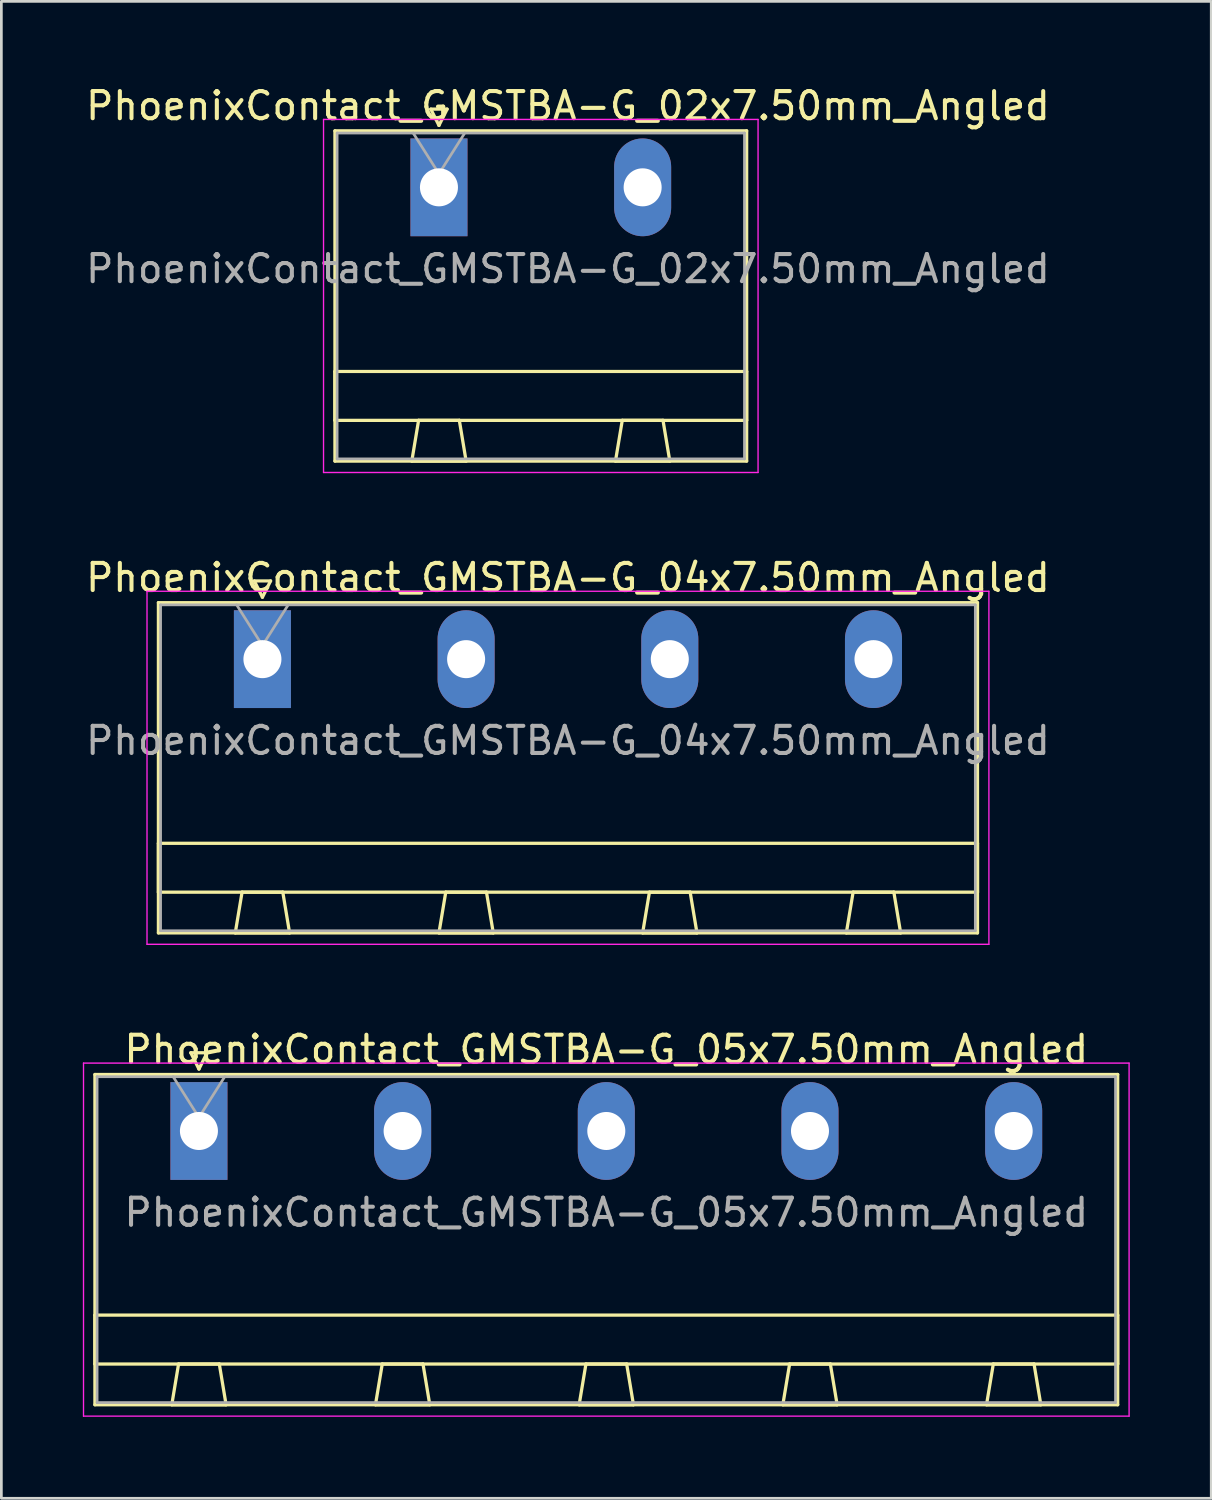
<source format=kicad_pcb>
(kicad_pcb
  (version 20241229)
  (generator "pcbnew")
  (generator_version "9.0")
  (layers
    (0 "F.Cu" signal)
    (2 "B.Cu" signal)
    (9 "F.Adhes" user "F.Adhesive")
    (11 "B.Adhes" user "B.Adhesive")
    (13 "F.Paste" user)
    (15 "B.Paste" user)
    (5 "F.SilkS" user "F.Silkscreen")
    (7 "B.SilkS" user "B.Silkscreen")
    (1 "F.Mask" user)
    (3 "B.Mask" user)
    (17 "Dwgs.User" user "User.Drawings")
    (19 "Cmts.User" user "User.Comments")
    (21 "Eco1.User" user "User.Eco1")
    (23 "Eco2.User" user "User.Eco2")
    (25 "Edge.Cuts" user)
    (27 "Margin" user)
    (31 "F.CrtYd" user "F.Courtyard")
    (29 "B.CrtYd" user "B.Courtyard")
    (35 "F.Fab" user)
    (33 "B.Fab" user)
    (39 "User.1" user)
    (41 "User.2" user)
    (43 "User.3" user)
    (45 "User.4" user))
  (footprint "PhoenixContact_GMSTBA-G_05x7.50mm_Angled"
    (layer "F.Cu")
    (at 4.275 38.595)
    (property "Reference" "PhoenixContact_GMSTBA-G_05x7.50mm_Angled" (at 15 -3 0) (layer "F.SilkS") (effects (font (size 1 1) (thickness 0.15))))
    (attr through_hole)
    (fp_line (start -3.83 -2.08) (end -3.83 10.08) (stroke (width 0.12) (type solid)) (layer "F.SilkS"))
    (fp_line (start -3.83 6.78) (end 33.83 6.78) (stroke (width 0.12) (type solid)) (layer "F.SilkS"))
    (fp_line (start -3.83 8.58) (end -3.83 6.78) (stroke (width 0.12) (type solid)) (layer "F.SilkS"))
    (fp_line (start -3.83 10.08) (end 33.83 10.08) (stroke (width 0.12) (type solid)) (layer "F.SilkS"))
    (fp_line (start -1 10.08) (end 1 10.08) (stroke (width 0.12) (type solid)) (layer "F.SilkS"))
    (fp_line (start -0.75 8.58) (end -1 10.08) (stroke (width 0.12) (type solid)) (layer "F.SilkS"))
    (fp_line (start -0.3 -2.88) (end 0.3 -2.88) (stroke (width 0.12) (type solid)) (layer "F.SilkS"))
    (fp_line (start 0 -2.28) (end -0.3 -2.88) (stroke (width 0.12) (type solid)) (layer "F.SilkS"))
    (fp_line (start 0.3 -2.88) (end 0 -2.28) (stroke (width 0.12) (type solid)) (layer "F.SilkS"))
    (fp_line (start 0.75 8.58) (end -0.75 8.58) (stroke (width 0.12) (type solid)) (layer "F.SilkS"))
    (fp_line (start 1 10.08) (end 0.75 8.58) (stroke (width 0.12) (type solid)) (layer "F.SilkS"))
    (fp_line (start 6.5 10.08) (end 8.5 10.08) (stroke (width 0.12) (type solid)) (layer "F.SilkS"))
    (fp_line (start 6.75 8.58) (end 6.5 10.08) (stroke (width 0.12) (type solid)) (layer "F.SilkS"))
    (fp_line (start 8.25 8.58) (end 6.75 8.58) (stroke (width 0.12) (type solid)) (layer "F.SilkS"))
    (fp_line (start 8.5 10.08) (end 8.25 8.58) (stroke (width 0.12) (type solid)) (layer "F.SilkS"))
    (fp_line (start 14 10.08) (end 16 10.08) (stroke (width 0.12) (type solid)) (layer "F.SilkS"))
    (fp_line (start 14.25 8.58) (end 14 10.08) (stroke (width 0.12) (type solid)) (layer "F.SilkS"))
    (fp_line (start 15.75 8.58) (end 14.25 8.58) (stroke (width 0.12) (type solid)) (layer "F.SilkS"))
    (fp_line (start 16 10.08) (end 15.75 8.58) (stroke (width 0.12) (type solid)) (layer "F.SilkS"))
    (fp_line (start 21.5 10.08) (end 23.5 10.08) (stroke (width 0.12) (type solid)) (layer "F.SilkS"))
    (fp_line (start 21.75 8.58) (end 21.5 10.08) (stroke (width 0.12) (type solid)) (layer "F.SilkS"))
    (fp_line (start 23.25 8.58) (end 21.75 8.58) (stroke (width 0.12) (type solid)) (layer "F.SilkS"))
    (fp_line (start 23.5 10.08) (end 23.25 8.58) (stroke (width 0.12) (type solid)) (layer "F.SilkS"))
    (fp_line (start 29 10.08) (end 31 10.08) (stroke (width 0.12) (type solid)) (layer "F.SilkS"))
    (fp_line (start 29.25 8.58) (end 29 10.08) (stroke (width 0.12) (type solid)) (layer "F.SilkS"))
    (fp_line (start 30.75 8.58) (end 29.25 8.58) (stroke (width 0.12) (type solid)) (layer "F.SilkS"))
    (fp_line (start 31 10.08) (end 30.75 8.58) (stroke (width 0.12) (type solid)) (layer "F.SilkS"))
    (fp_line (start 33.83 -2.08) (end -3.83 -2.08) (stroke (width 0.12) (type solid)) (layer "F.SilkS"))
    (fp_line (start 33.83 6.78) (end 33.83 8.58) (stroke (width 0.12) (type solid)) (layer "F.SilkS"))
    (fp_line (start 33.83 8.58) (end -3.83 8.58) (stroke (width 0.12) (type solid)) (layer "F.SilkS"))
    (fp_line (start 33.83 10.08) (end 33.83 -2.08) (stroke (width 0.12) (type solid)) (layer "F.SilkS"))
    (fp_line (start -4.25 -2.5) (end -4.25 10.5) (stroke (width 0.05) (type solid)) (layer "F.CrtYd"))
    (fp_line (start -4.25 10.5) (end 34.25 10.5) (stroke (width 0.05) (type solid)) (layer "F.CrtYd"))
    (fp_line (start 34.25 -2.5) (end -4.25 -2.5) (stroke (width 0.05) (type solid)) (layer "F.CrtYd"))
    (fp_line (start 34.25 10.5) (end 34.25 -2.5) (stroke (width 0.05) (type solid)) (layer "F.CrtYd"))
    (fp_line (start -3.75 -2) (end -3.75 10) (stroke (width 0.1) (type solid)) (layer "F.Fab"))
    (fp_line (start -3.75 10) (end 33.75 10) (stroke (width 0.1) (type solid)) (layer "F.Fab"))
    (fp_line (start 0 -0.5) (end -0.95 -2) (stroke (width 0.1) (type solid)) (layer "F.Fab"))
    (fp_line (start 0.95 -2) (end 0 -0.5) (stroke (width 0.1) (type solid)) (layer "F.Fab"))
    (fp_line (start 33.75 -2) (end -3.75 -2) (stroke (width 0.1) (type solid)) (layer "F.Fab"))
    (fp_line (start 33.75 10) (end 33.75 -2) (stroke (width 0.1) (type solid)) (layer "F.Fab"))
    (fp_text user "${REFERENCE}" (at 15 3 0) (layer "F.Fab") (effects (font (size 1 1) (thickness 0.15))))
    (pad "1" thru_hole rect (at 0 0) (size 2.1 3.6) (drill 1.4) (layers "*.Cu" "*.Mask"))
    (pad "2" thru_hole oval (at 7.5 0) (size 2.1 3.6) (drill 1.4) (layers "*.Cu" "*.Mask"))
    (pad "3" thru_hole oval (at 15 0) (size 2.1 3.6) (drill 1.4) (layers "*.Cu" "*.Mask"))
    (pad "4" thru_hole oval (at 22.5 0) (size 2.1 3.6) (drill 1.4) (layers "*.Cu" "*.Mask"))
    (pad "5" thru_hole oval (at 30 0) (size 2.1 3.6) (drill 1.4) (layers "*.Cu" "*.Mask")))
  (footprint "PhoenixContact_GMSTBA-G_04x7.50mm_Angled"
    (layer "F.Cu")
    (at 6.613 21.221)
    (property "Reference" "PhoenixContact_GMSTBA-G_04x7.50mm_Angled" (at 11.25 -3 0) (layer "F.SilkS") (effects (font (size 1 1) (thickness 0.15))))
    (attr through_hole)
    (fp_line (start -3.83 -2.08) (end -3.83 10.08) (stroke (width 0.12) (type solid)) (layer "F.SilkS"))
    (fp_line (start -3.83 6.78) (end 26.33 6.78) (stroke (width 0.12) (type solid)) (layer "F.SilkS"))
    (fp_line (start -3.83 8.58) (end -3.83 6.78) (stroke (width 0.12) (type solid)) (layer "F.SilkS"))
    (fp_line (start -3.83 10.08) (end 26.33 10.08) (stroke (width 0.12) (type solid)) (layer "F.SilkS"))
    (fp_line (start -1 10.08) (end 1 10.08) (stroke (width 0.12) (type solid)) (layer "F.SilkS"))
    (fp_line (start -0.75 8.58) (end -1 10.08) (stroke (width 0.12) (type solid)) (layer "F.SilkS"))
    (fp_line (start -0.3 -2.88) (end 0.3 -2.88) (stroke (width 0.12) (type solid)) (layer "F.SilkS"))
    (fp_line (start 0 -2.28) (end -0.3 -2.88) (stroke (width 0.12) (type solid)) (layer "F.SilkS"))
    (fp_line (start 0.3 -2.88) (end 0 -2.28) (stroke (width 0.12) (type solid)) (layer "F.SilkS"))
    (fp_line (start 0.75 8.58) (end -0.75 8.58) (stroke (width 0.12) (type solid)) (layer "F.SilkS"))
    (fp_line (start 1 10.08) (end 0.75 8.58) (stroke (width 0.12) (type solid)) (layer "F.SilkS"))
    (fp_line (start 6.5 10.08) (end 8.5 10.08) (stroke (width 0.12) (type solid)) (layer "F.SilkS"))
    (fp_line (start 6.75 8.58) (end 6.5 10.08) (stroke (width 0.12) (type solid)) (layer "F.SilkS"))
    (fp_line (start 8.25 8.58) (end 6.75 8.58) (stroke (width 0.12) (type solid)) (layer "F.SilkS"))
    (fp_line (start 8.5 10.08) (end 8.25 8.58) (stroke (width 0.12) (type solid)) (layer "F.SilkS"))
    (fp_line (start 14 10.08) (end 16 10.08) (stroke (width 0.12) (type solid)) (layer "F.SilkS"))
    (fp_line (start 14.25 8.58) (end 14 10.08) (stroke (width 0.12) (type solid)) (layer "F.SilkS"))
    (fp_line (start 15.75 8.58) (end 14.25 8.58) (stroke (width 0.12) (type solid)) (layer "F.SilkS"))
    (fp_line (start 16 10.08) (end 15.75 8.58) (stroke (width 0.12) (type solid)) (layer "F.SilkS"))
    (fp_line (start 21.5 10.08) (end 23.5 10.08) (stroke (width 0.12) (type solid)) (layer "F.SilkS"))
    (fp_line (start 21.75 8.58) (end 21.5 10.08) (stroke (width 0.12) (type solid)) (layer "F.SilkS"))
    (fp_line (start 23.25 8.58) (end 21.75 8.58) (stroke (width 0.12) (type solid)) (layer "F.SilkS"))
    (fp_line (start 23.5 10.08) (end 23.25 8.58) (stroke (width 0.12) (type solid)) (layer "F.SilkS"))
    (fp_line (start 26.33 -2.08) (end -3.83 -2.08) (stroke (width 0.12) (type solid)) (layer "F.SilkS"))
    (fp_line (start 26.33 6.78) (end 26.33 8.58) (stroke (width 0.12) (type solid)) (layer "F.SilkS"))
    (fp_line (start 26.33 8.58) (end -3.83 8.58) (stroke (width 0.12) (type solid)) (layer "F.SilkS"))
    (fp_line (start 26.33 10.08) (end 26.33 -2.08) (stroke (width 0.12) (type solid)) (layer "F.SilkS"))
    (fp_line (start -4.25 -2.5) (end -4.25 10.5) (stroke (width 0.05) (type solid)) (layer "F.CrtYd"))
    (fp_line (start -4.25 10.5) (end 26.75 10.5) (stroke (width 0.05) (type solid)) (layer "F.CrtYd"))
    (fp_line (start 26.75 -2.5) (end -4.25 -2.5) (stroke (width 0.05) (type solid)) (layer "F.CrtYd"))
    (fp_line (start 26.75 10.5) (end 26.75 -2.5) (stroke (width 0.05) (type solid)) (layer "F.CrtYd"))
    (fp_line (start -3.75 -2) (end -3.75 10) (stroke (width 0.1) (type solid)) (layer "F.Fab"))
    (fp_line (start -3.75 10) (end 26.25 10) (stroke (width 0.1) (type solid)) (layer "F.Fab"))
    (fp_line (start 0 -0.5) (end -0.95 -2) (stroke (width 0.1) (type solid)) (layer "F.Fab"))
    (fp_line (start 0.95 -2) (end 0 -0.5) (stroke (width 0.1) (type solid)) (layer "F.Fab"))
    (fp_line (start 26.25 -2) (end -3.75 -2) (stroke (width 0.1) (type solid)) (layer "F.Fab"))
    (fp_line (start 26.25 10) (end 26.25 -2) (stroke (width 0.1) (type solid)) (layer "F.Fab"))
    (fp_text user "${REFERENCE}" (at 11.25 3 0) (layer "F.Fab") (effects (font (size 1 1) (thickness 0.15))))
    (pad "1" thru_hole rect (at 0 0) (size 2.1 3.6) (drill 1.4) (layers "*.Cu" "*.Mask"))
    (pad "2" thru_hole oval (at 7.5 0) (size 2.1 3.6) (drill 1.4) (layers "*.Cu" "*.Mask"))
    (pad "3" thru_hole oval (at 15 0) (size 2.1 3.6) (drill 1.4) (layers "*.Cu" "*.Mask"))
    (pad "4" thru_hole oval (at 22.5 0) (size 2.1 3.6) (drill 1.4) (layers "*.Cu" "*.Mask")))
  (footprint "PhoenixContact_GMSTBA-G_02x7.50mm_Angled"
    (layer "F.Cu")
    (at 13.113 3.848)
    (property "Reference" "PhoenixContact_GMSTBA-G_02x7.50mm_Angled" (at 4.75 -3 0) (layer "F.SilkS") (effects (font (size 1 1) (thickness 0.15))))
    (attr through_hole)
    (fp_line (start -3.83 -2.08) (end -3.83 10.08) (stroke (width 0.12) (type solid)) (layer "F.SilkS"))
    (fp_line (start -3.83 6.78) (end 11.33 6.78) (stroke (width 0.12) (type solid)) (layer "F.SilkS"))
    (fp_line (start -3.83 8.58) (end -3.83 6.78) (stroke (width 0.12) (type solid)) (layer "F.SilkS"))
    (fp_line (start -3.83 10.08) (end 11.33 10.08) (stroke (width 0.12) (type solid)) (layer "F.SilkS"))
    (fp_line (start -1 10.08) (end 1 10.08) (stroke (width 0.12) (type solid)) (layer "F.SilkS"))
    (fp_line (start -0.75 8.58) (end -1 10.08) (stroke (width 0.12) (type solid)) (layer "F.SilkS"))
    (fp_line (start -0.3 -2.88) (end 0.3 -2.88) (stroke (width 0.12) (type solid)) (layer "F.SilkS"))
    (fp_line (start 0 -2.28) (end -0.3 -2.88) (stroke (width 0.12) (type solid)) (layer "F.SilkS"))
    (fp_line (start 0.3 -2.88) (end 0 -2.28) (stroke (width 0.12) (type solid)) (layer "F.SilkS"))
    (fp_line (start 0.75 8.58) (end -0.75 8.58) (stroke (width 0.12) (type solid)) (layer "F.SilkS"))
    (fp_line (start 1 10.08) (end 0.75 8.58) (stroke (width 0.12) (type solid)) (layer "F.SilkS"))
    (fp_line (start 6.5 10.08) (end 8.5 10.08) (stroke (width 0.12) (type solid)) (layer "F.SilkS"))
    (fp_line (start 6.75 8.58) (end 6.5 10.08) (stroke (width 0.12) (type solid)) (layer "F.SilkS"))
    (fp_line (start 8.25 8.58) (end 6.75 8.58) (stroke (width 0.12) (type solid)) (layer "F.SilkS"))
    (fp_line (start 8.5 10.08) (end 8.25 8.58) (stroke (width 0.12) (type solid)) (layer "F.SilkS"))
    (fp_line (start 11.33 -2.08) (end -3.83 -2.08) (stroke (width 0.12) (type solid)) (layer "F.SilkS"))
    (fp_line (start 11.33 6.78) (end 11.33 8.58) (stroke (width 0.12) (type solid)) (layer "F.SilkS"))
    (fp_line (start 11.33 8.58) (end -3.83 8.58) (stroke (width 0.12) (type solid)) (layer "F.SilkS"))
    (fp_line (start 11.33 10.08) (end 11.33 -2.08) (stroke (width 0.12) (type solid)) (layer "F.SilkS"))
    (fp_line (start -4.25 -2.5) (end -4.25 10.5) (stroke (width 0.05) (type solid)) (layer "F.CrtYd"))
    (fp_line (start -4.25 10.5) (end 11.75 10.5) (stroke (width 0.05) (type solid)) (layer "F.CrtYd"))
    (fp_line (start 11.75 -2.5) (end -4.25 -2.5) (stroke (width 0.05) (type solid)) (layer "F.CrtYd"))
    (fp_line (start 11.75 10.5) (end 11.75 -2.5) (stroke (width 0.05) (type solid)) (layer "F.CrtYd"))
    (fp_line (start -3.75 -2) (end -3.75 10) (stroke (width 0.1) (type solid)) (layer "F.Fab"))
    (fp_line (start -3.75 10) (end 11.25 10) (stroke (width 0.1) (type solid)) (layer "F.Fab"))
    (fp_line (start 0 -0.5) (end -0.95 -2) (stroke (width 0.1) (type solid)) (layer "F.Fab"))
    (fp_line (start 0.95 -2) (end 0 -0.5) (stroke (width 0.1) (type solid)) (layer "F.Fab"))
    (fp_line (start 11.25 -2) (end -3.75 -2) (stroke (width 0.1) (type solid)) (layer "F.Fab"))
    (fp_line (start 11.25 10) (end 11.25 -2) (stroke (width 0.1) (type solid)) (layer "F.Fab"))
    (fp_text user "${REFERENCE}" (at 4.75 3 0) (layer "F.Fab") (effects (font (size 1 1) (thickness 0.15))))
    (pad "1" thru_hole rect (at 0 0) (size 2.1 3.6) (drill 1.4) (layers "*.Cu" "*.Mask"))
    (pad "2" thru_hole oval (at 7.5 0) (size 2.1 3.6) (drill 1.4) (layers "*.Cu" "*.Mask")))
  (gr_rect
    (start -3 -3)
    (end 41.55 52.12)
    (stroke (width 0.1) (type default))
    (fill no)
    (layer "Edge.Cuts")))
</source>
